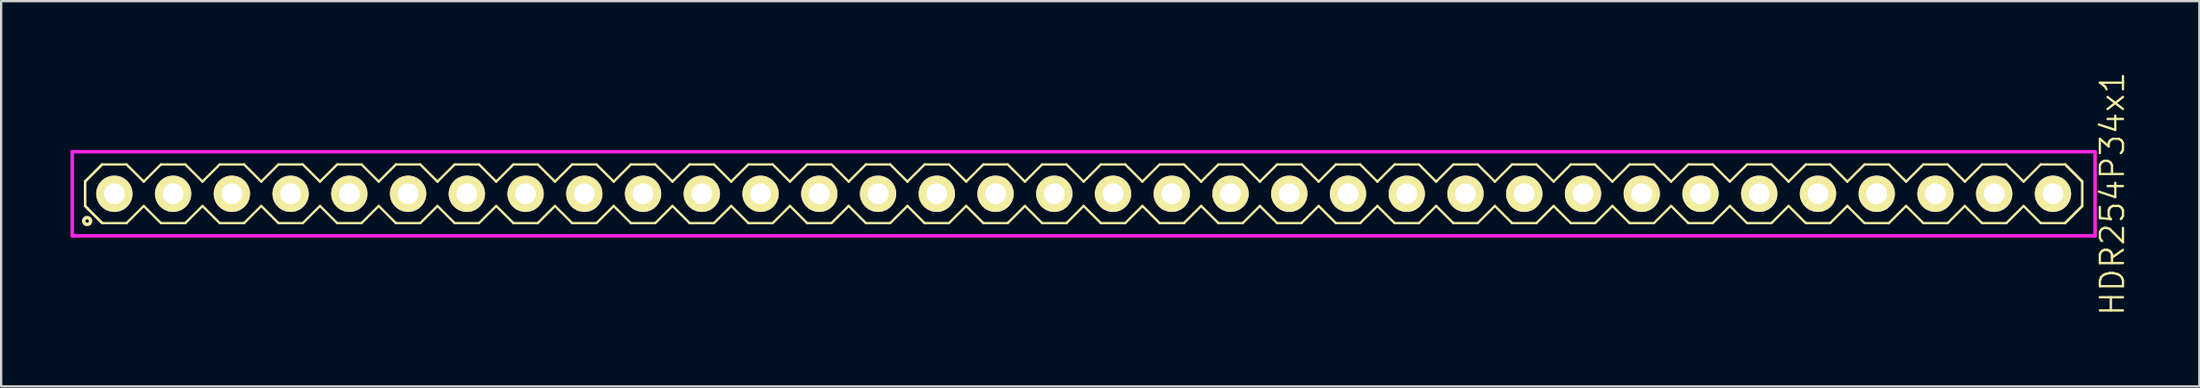
<source format=kicad_pcb>
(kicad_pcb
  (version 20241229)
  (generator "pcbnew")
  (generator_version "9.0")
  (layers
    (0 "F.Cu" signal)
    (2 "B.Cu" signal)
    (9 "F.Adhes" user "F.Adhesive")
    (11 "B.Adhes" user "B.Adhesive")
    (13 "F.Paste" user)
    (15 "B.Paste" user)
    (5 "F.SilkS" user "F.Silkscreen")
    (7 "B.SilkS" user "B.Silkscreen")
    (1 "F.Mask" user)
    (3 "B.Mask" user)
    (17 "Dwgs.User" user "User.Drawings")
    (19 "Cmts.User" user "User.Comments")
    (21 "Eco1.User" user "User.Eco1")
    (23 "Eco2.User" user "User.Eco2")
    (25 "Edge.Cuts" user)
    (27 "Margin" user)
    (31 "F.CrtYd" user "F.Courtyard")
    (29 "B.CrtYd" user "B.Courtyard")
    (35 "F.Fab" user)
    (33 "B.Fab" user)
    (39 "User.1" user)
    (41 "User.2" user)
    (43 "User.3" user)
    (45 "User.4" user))
  (footprint "HDR254P34x1"
    (layer "F.Cu")
    (at 43.805 5.336)
    (property "Reference" "HDR254P34x1" (at 44.48 0 90) (layer "F.SilkS") (effects (font (size 1 1) (thickness 0.1))))
    (attr through_hole)
    (fp_line (start -43.18 -0.526) (end -42.436 -1.27) (stroke (width 0.1) (type solid)) (layer "F.SilkS"))
    (fp_line (start -43.18 -0.526) (end -42.436 -1.27) (stroke (width 0.1) (type solid)) (layer "F.SilkS"))
    (fp_line (start -43.18 0.526) (end -43.18 -0.526) (stroke (width 0.1) (type solid)) (layer "F.SilkS"))
    (fp_line (start -43.18 0.526) (end -43.18 -0.526) (stroke (width 0.1) (type solid)) (layer "F.SilkS"))
    (fp_line (start -42.436 -1.27) (end -41.384 -1.27) (stroke (width 0.1) (type solid)) (layer "F.SilkS"))
    (fp_line (start -42.436 1.27) (end -43.18 0.526) (stroke (width 0.1) (type solid)) (layer "F.SilkS"))
    (fp_line (start -42.436 1.27) (end -43.18 0.526) (stroke (width 0.1) (type solid)) (layer "F.SilkS"))
    (fp_line (start -41.384 -1.27) (end -40.64 -0.526) (stroke (width 0.1) (type solid)) (layer "F.SilkS"))
    (fp_line (start -41.384 1.27) (end -42.436 1.27) (stroke (width 0.1) (type solid)) (layer "F.SilkS"))
    (fp_line (start -40.64 -0.526) (end -39.896 -1.27) (stroke (width 0.1) (type solid)) (layer "F.SilkS"))
    (fp_line (start -40.64 0.526) (end -41.384 1.27) (stroke (width 0.1) (type solid)) (layer "F.SilkS"))
    (fp_line (start -39.896 -1.27) (end -38.844 -1.27) (stroke (width 0.1) (type solid)) (layer "F.SilkS"))
    (fp_line (start -39.896 1.27) (end -40.64 0.526) (stroke (width 0.1) (type solid)) (layer "F.SilkS"))
    (fp_line (start -38.844 -1.27) (end -38.1 -0.526) (stroke (width 0.1) (type solid)) (layer "F.SilkS"))
    (fp_line (start -38.844 1.27) (end -39.896 1.27) (stroke (width 0.1) (type solid)) (layer "F.SilkS"))
    (fp_line (start -38.1 -0.526) (end -37.356 -1.27) (stroke (width 0.1) (type solid)) (layer "F.SilkS"))
    (fp_line (start -38.1 0.526) (end -38.844 1.27) (stroke (width 0.1) (type solid)) (layer "F.SilkS"))
    (fp_line (start -37.356 -1.27) (end -36.304 -1.27) (stroke (width 0.1) (type solid)) (layer "F.SilkS"))
    (fp_line (start -37.356 1.27) (end -38.1 0.526) (stroke (width 0.1) (type solid)) (layer "F.SilkS"))
    (fp_line (start -36.304 -1.27) (end -35.56 -0.526) (stroke (width 0.1) (type solid)) (layer "F.SilkS"))
    (fp_line (start -36.304 1.27) (end -37.356 1.27) (stroke (width 0.1) (type solid)) (layer "F.SilkS"))
    (fp_line (start -35.56 -0.526) (end -34.816 -1.27) (stroke (width 0.1) (type solid)) (layer "F.SilkS"))
    (fp_line (start -35.56 0.526) (end -36.304 1.27) (stroke (width 0.1) (type solid)) (layer "F.SilkS"))
    (fp_line (start -34.816 -1.27) (end -33.764 -1.27) (stroke (width 0.1) (type solid)) (layer "F.SilkS"))
    (fp_line (start -34.816 1.27) (end -35.56 0.526) (stroke (width 0.1) (type solid)) (layer "F.SilkS"))
    (fp_line (start -33.764 -1.27) (end -33.02 -0.526) (stroke (width 0.1) (type solid)) (layer "F.SilkS"))
    (fp_line (start -33.764 1.27) (end -34.816 1.27) (stroke (width 0.1) (type solid)) (layer "F.SilkS"))
    (fp_line (start -33.02 -0.526) (end -32.276 -1.27) (stroke (width 0.1) (type solid)) (layer "F.SilkS"))
    (fp_line (start -33.02 0.526) (end -33.764 1.27) (stroke (width 0.1) (type solid)) (layer "F.SilkS"))
    (fp_line (start -32.276 -1.27) (end -31.224 -1.27) (stroke (width 0.1) (type solid)) (layer "F.SilkS"))
    (fp_line (start -32.276 1.27) (end -33.02 0.526) (stroke (width 0.1) (type solid)) (layer "F.SilkS"))
    (fp_line (start -31.224 -1.27) (end -30.48 -0.526) (stroke (width 0.1) (type solid)) (layer "F.SilkS"))
    (fp_line (start -31.224 1.27) (end -32.276 1.27) (stroke (width 0.1) (type solid)) (layer "F.SilkS"))
    (fp_line (start -30.48 -0.526) (end -29.736 -1.27) (stroke (width 0.1) (type solid)) (layer "F.SilkS"))
    (fp_line (start -30.48 0.526) (end -31.224 1.27) (stroke (width 0.1) (type solid)) (layer "F.SilkS"))
    (fp_line (start -29.736 -1.27) (end -28.684 -1.27) (stroke (width 0.1) (type solid)) (layer "F.SilkS"))
    (fp_line (start -29.736 1.27) (end -30.48 0.526) (stroke (width 0.1) (type solid)) (layer "F.SilkS"))
    (fp_line (start -28.684 -1.27) (end -27.94 -0.526) (stroke (width 0.1) (type solid)) (layer "F.SilkS"))
    (fp_line (start -28.684 1.27) (end -29.736 1.27) (stroke (width 0.1) (type solid)) (layer "F.SilkS"))
    (fp_line (start -27.94 -0.526) (end -27.196 -1.27) (stroke (width 0.1) (type solid)) (layer "F.SilkS"))
    (fp_line (start -27.94 0.526) (end -28.684 1.27) (stroke (width 0.1) (type solid)) (layer "F.SilkS"))
    (fp_line (start -27.196 -1.27) (end -26.144 -1.27) (stroke (width 0.1) (type solid)) (layer "F.SilkS"))
    (fp_line (start -27.196 1.27) (end -27.94 0.526) (stroke (width 0.1) (type solid)) (layer "F.SilkS"))
    (fp_line (start -26.144 -1.27) (end -25.4 -0.526) (stroke (width 0.1) (type solid)) (layer "F.SilkS"))
    (fp_line (start -26.144 1.27) (end -27.196 1.27) (stroke (width 0.1) (type solid)) (layer "F.SilkS"))
    (fp_line (start -25.4 -0.526) (end -24.656 -1.27) (stroke (width 0.1) (type solid)) (layer "F.SilkS"))
    (fp_line (start -25.4 0.526) (end -26.144 1.27) (stroke (width 0.1) (type solid)) (layer "F.SilkS"))
    (fp_line (start -24.656 -1.27) (end -23.604 -1.27) (stroke (width 0.1) (type solid)) (layer "F.SilkS"))
    (fp_line (start -24.656 1.27) (end -25.4 0.526) (stroke (width 0.1) (type solid)) (layer "F.SilkS"))
    (fp_line (start -23.604 -1.27) (end -22.86 -0.526) (stroke (width 0.1) (type solid)) (layer "F.SilkS"))
    (fp_line (start -23.604 1.27) (end -24.656 1.27) (stroke (width 0.1) (type solid)) (layer "F.SilkS"))
    (fp_line (start -22.86 -0.526) (end -22.116 -1.27) (stroke (width 0.1) (type solid)) (layer "F.SilkS"))
    (fp_line (start -22.86 0.526) (end -23.604 1.27) (stroke (width 0.1) (type solid)) (layer "F.SilkS"))
    (fp_line (start -22.116 -1.27) (end -21.064 -1.27) (stroke (width 0.1) (type solid)) (layer "F.SilkS"))
    (fp_line (start -22.116 1.27) (end -22.86 0.526) (stroke (width 0.1) (type solid)) (layer "F.SilkS"))
    (fp_line (start -21.064 -1.27) (end -20.32 -0.526) (stroke (width 0.1) (type solid)) (layer "F.SilkS"))
    (fp_line (start -21.064 1.27) (end -22.116 1.27) (stroke (width 0.1) (type solid)) (layer "F.SilkS"))
    (fp_line (start -20.32 -0.526) (end -19.576 -1.27) (stroke (width 0.1) (type solid)) (layer "F.SilkS"))
    (fp_line (start -20.32 0.526) (end -21.064 1.27) (stroke (width 0.1) (type solid)) (layer "F.SilkS"))
    (fp_line (start -19.576 -1.27) (end -18.524 -1.27) (stroke (width 0.1) (type solid)) (layer "F.SilkS"))
    (fp_line (start -19.576 1.27) (end -20.32 0.526) (stroke (width 0.1) (type solid)) (layer "F.SilkS"))
    (fp_line (start -18.524 -1.27) (end -17.78 -0.526) (stroke (width 0.1) (type solid)) (layer "F.SilkS"))
    (fp_line (start -18.524 1.27) (end -19.576 1.27) (stroke (width 0.1) (type solid)) (layer "F.SilkS"))
    (fp_line (start -17.78 -0.526) (end -17.036 -1.27) (stroke (width 0.1) (type solid)) (layer "F.SilkS"))
    (fp_line (start -17.78 0.526) (end -18.524 1.27) (stroke (width 0.1) (type solid)) (layer "F.SilkS"))
    (fp_line (start -17.036 -1.27) (end -15.984 -1.27) (stroke (width 0.1) (type solid)) (layer "F.SilkS"))
    (fp_line (start -17.036 1.27) (end -17.78 0.526) (stroke (width 0.1) (type solid)) (layer "F.SilkS"))
    (fp_line (start -15.984 -1.27) (end -15.24 -0.526) (stroke (width 0.1) (type solid)) (layer "F.SilkS"))
    (fp_line (start -15.984 1.27) (end -17.036 1.27) (stroke (width 0.1) (type solid)) (layer "F.SilkS"))
    (fp_line (start -15.24 -0.526) (end -14.496 -1.27) (stroke (width 0.1) (type solid)) (layer "F.SilkS"))
    (fp_line (start -15.24 0.526) (end -15.984 1.27) (stroke (width 0.1) (type solid)) (layer "F.SilkS"))
    (fp_line (start -14.496 -1.27) (end -13.444 -1.27) (stroke (width 0.1) (type solid)) (layer "F.SilkS"))
    (fp_line (start -14.496 1.27) (end -15.24 0.526) (stroke (width 0.1) (type solid)) (layer "F.SilkS"))
    (fp_line (start -13.444 -1.27) (end -12.7 -0.526) (stroke (width 0.1) (type solid)) (layer "F.SilkS"))
    (fp_line (start -13.444 1.27) (end -14.496 1.27) (stroke (width 0.1) (type solid)) (layer "F.SilkS"))
    (fp_line (start -12.7 -0.526) (end -11.956 -1.27) (stroke (width 0.1) (type solid)) (layer "F.SilkS"))
    (fp_line (start -12.7 0.526) (end -13.444 1.27) (stroke (width 0.1) (type solid)) (layer "F.SilkS"))
    (fp_line (start -11.956 -1.27) (end -10.904 -1.27) (stroke (width 0.1) (type solid)) (layer "F.SilkS"))
    (fp_line (start -11.956 1.27) (end -12.7 0.526) (stroke (width 0.1) (type solid)) (layer "F.SilkS"))
    (fp_line (start -10.904 -1.27) (end -10.16 -0.526) (stroke (width 0.1) (type solid)) (layer "F.SilkS"))
    (fp_line (start -10.904 1.27) (end -11.956 1.27) (stroke (width 0.1) (type solid)) (layer "F.SilkS"))
    (fp_line (start -10.16 -0.526) (end -9.416 -1.27) (stroke (width 0.1) (type solid)) (layer "F.SilkS"))
    (fp_line (start -10.16 0.526) (end -10.904 1.27) (stroke (width 0.1) (type solid)) (layer "F.SilkS"))
    (fp_line (start -9.416 -1.27) (end -8.364 -1.27) (stroke (width 0.1) (type solid)) (layer "F.SilkS"))
    (fp_line (start -9.416 1.27) (end -10.16 0.526) (stroke (width 0.1) (type solid)) (layer "F.SilkS"))
    (fp_line (start -8.364 -1.27) (end -7.62 -0.526) (stroke (width 0.1) (type solid)) (layer "F.SilkS"))
    (fp_line (start -8.364 1.27) (end -9.416 1.27) (stroke (width 0.1) (type solid)) (layer "F.SilkS"))
    (fp_line (start -7.62 -0.526) (end -6.876 -1.27) (stroke (width 0.1) (type solid)) (layer "F.SilkS"))
    (fp_line (start -7.62 0.526) (end -8.364 1.27) (stroke (width 0.1) (type solid)) (layer "F.SilkS"))
    (fp_line (start -6.876 -1.27) (end -5.824 -1.27) (stroke (width 0.1) (type solid)) (layer "F.SilkS"))
    (fp_line (start -6.876 1.27) (end -7.62 0.526) (stroke (width 0.1) (type solid)) (layer "F.SilkS"))
    (fp_line (start -5.824 -1.27) (end -5.08 -0.526) (stroke (width 0.1) (type solid)) (layer "F.SilkS"))
    (fp_line (start -5.824 1.27) (end -6.876 1.27) (stroke (width 0.1) (type solid)) (layer "F.SilkS"))
    (fp_line (start -5.08 -0.526) (end -4.336 -1.27) (stroke (width 0.1) (type solid)) (layer "F.SilkS"))
    (fp_line (start -5.08 0.526) (end -5.824 1.27) (stroke (width 0.1) (type solid)) (layer "F.SilkS"))
    (fp_line (start -4.336 -1.27) (end -3.284 -1.27) (stroke (width 0.1) (type solid)) (layer "F.SilkS"))
    (fp_line (start -4.336 1.27) (end -5.08 0.526) (stroke (width 0.1) (type solid)) (layer "F.SilkS"))
    (fp_line (start -3.284 -1.27) (end -2.54 -0.526) (stroke (width 0.1) (type solid)) (layer "F.SilkS"))
    (fp_line (start -3.284 1.27) (end -4.336 1.27) (stroke (width 0.1) (type solid)) (layer "F.SilkS"))
    (fp_line (start -2.54 -0.526) (end -1.796 -1.27) (stroke (width 0.1) (type solid)) (layer "F.SilkS"))
    (fp_line (start -2.54 0.526) (end -3.284 1.27) (stroke (width 0.1) (type solid)) (layer "F.SilkS"))
    (fp_line (start -1.796 -1.27) (end -0.744 -1.27) (stroke (width 0.1) (type solid)) (layer "F.SilkS"))
    (fp_line (start -1.796 1.27) (end -2.54 0.526) (stroke (width 0.1) (type solid)) (layer "F.SilkS"))
    (fp_line (start -0.744 -1.27) (end 0 -0.526) (stroke (width 0.1) (type solid)) (layer "F.SilkS"))
    (fp_line (start -0.744 1.27) (end -1.796 1.27) (stroke (width 0.1) (type solid)) (layer "F.SilkS"))
    (fp_line (start 0 -0.526) (end 0.744 -1.27) (stroke (width 0.1) (type solid)) (layer "F.SilkS"))
    (fp_line (start 0 0.526) (end -0.744 1.27) (stroke (width 0.1) (type solid)) (layer "F.SilkS"))
    (fp_line (start 0.744 -1.27) (end 1.796 -1.27) (stroke (width 0.1) (type solid)) (layer "F.SilkS"))
    (fp_line (start 0.744 1.27) (end 0 0.526) (stroke (width 0.1) (type solid)) (layer "F.SilkS"))
    (fp_line (start 1.796 -1.27) (end 2.54 -0.526) (stroke (width 0.1) (type solid)) (layer "F.SilkS"))
    (fp_line (start 1.796 1.27) (end 0.744 1.27) (stroke (width 0.1) (type solid)) (layer "F.SilkS"))
    (fp_line (start 2.54 -0.526) (end 3.284 -1.27) (stroke (width 0.1) (type solid)) (layer "F.SilkS"))
    (fp_line (start 2.54 0.526) (end 1.796 1.27) (stroke (width 0.1) (type solid)) (layer "F.SilkS"))
    (fp_line (start 3.284 -1.27) (end 4.336 -1.27) (stroke (width 0.1) (type solid)) (layer "F.SilkS"))
    (fp_line (start 3.284 1.27) (end 2.54 0.526) (stroke (width 0.1) (type solid)) (layer "F.SilkS"))
    (fp_line (start 4.336 -1.27) (end 5.08 -0.526) (stroke (width 0.1) (type solid)) (layer "F.SilkS"))
    (fp_line (start 4.336 1.27) (end 3.284 1.27) (stroke (width 0.1) (type solid)) (layer "F.SilkS"))
    (fp_line (start 5.08 -0.526) (end 5.824 -1.27) (stroke (width 0.1) (type solid)) (layer "F.SilkS"))
    (fp_line (start 5.08 0.526) (end 4.336 1.27) (stroke (width 0.1) (type solid)) (layer "F.SilkS"))
    (fp_line (start 5.824 -1.27) (end 6.876 -1.27) (stroke (width 0.1) (type solid)) (layer "F.SilkS"))
    (fp_line (start 5.824 1.27) (end 5.08 0.526) (stroke (width 0.1) (type solid)) (layer "F.SilkS"))
    (fp_line (start 6.876 -1.27) (end 7.62 -0.526) (stroke (width 0.1) (type solid)) (layer "F.SilkS"))
    (fp_line (start 6.876 1.27) (end 5.824 1.27) (stroke (width 0.1) (type solid)) (layer "F.SilkS"))
    (fp_line (start 7.62 -0.526) (end 8.364 -1.27) (stroke (width 0.1) (type solid)) (layer "F.SilkS"))
    (fp_line (start 7.62 0.526) (end 6.876 1.27) (stroke (width 0.1) (type solid)) (layer "F.SilkS"))
    (fp_line (start 8.364 -1.27) (end 9.416 -1.27) (stroke (width 0.1) (type solid)) (layer "F.SilkS"))
    (fp_line (start 8.364 1.27) (end 7.62 0.526) (stroke (width 0.1) (type solid)) (layer "F.SilkS"))
    (fp_line (start 9.416 -1.27) (end 10.16 -0.526) (stroke (width 0.1) (type solid)) (layer "F.SilkS"))
    (fp_line (start 9.416 1.27) (end 8.364 1.27) (stroke (width 0.1) (type solid)) (layer "F.SilkS"))
    (fp_line (start 10.16 -0.526) (end 10.904 -1.27) (stroke (width 0.1) (type solid)) (layer "F.SilkS"))
    (fp_line (start 10.16 0.526) (end 9.416 1.27) (stroke (width 0.1) (type solid)) (layer "F.SilkS"))
    (fp_line (start 10.904 -1.27) (end 11.956 -1.27) (stroke (width 0.1) (type solid)) (layer "F.SilkS"))
    (fp_line (start 10.904 1.27) (end 10.16 0.526) (stroke (width 0.1) (type solid)) (layer "F.SilkS"))
    (fp_line (start 11.956 -1.27) (end 12.7 -0.526) (stroke (width 0.1) (type solid)) (layer "F.SilkS"))
    (fp_line (start 11.956 1.27) (end 10.904 1.27) (stroke (width 0.1) (type solid)) (layer "F.SilkS"))
    (fp_line (start 12.7 -0.526) (end 13.444 -1.27) (stroke (width 0.1) (type solid)) (layer "F.SilkS"))
    (fp_line (start 12.7 0.526) (end 11.956 1.27) (stroke (width 0.1) (type solid)) (layer "F.SilkS"))
    (fp_line (start 13.444 -1.27) (end 14.496 -1.27) (stroke (width 0.1) (type solid)) (layer "F.SilkS"))
    (fp_line (start 13.444 1.27) (end 12.7 0.526) (stroke (width 0.1) (type solid)) (layer "F.SilkS"))
    (fp_line (start 14.496 -1.27) (end 15.24 -0.526) (stroke (width 0.1) (type solid)) (layer "F.SilkS"))
    (fp_line (start 14.496 1.27) (end 13.444 1.27) (stroke (width 0.1) (type solid)) (layer "F.SilkS"))
    (fp_line (start 15.24 -0.526) (end 15.984 -1.27) (stroke (width 0.1) (type solid)) (layer "F.SilkS"))
    (fp_line (start 15.24 0.526) (end 14.496 1.27) (stroke (width 0.1) (type solid)) (layer "F.SilkS"))
    (fp_line (start 15.984 -1.27) (end 17.036 -1.27) (stroke (width 0.1) (type solid)) (layer "F.SilkS"))
    (fp_line (start 15.984 1.27) (end 15.24 0.526) (stroke (width 0.1) (type solid)) (layer "F.SilkS"))
    (fp_line (start 17.036 -1.27) (end 17.78 -0.526) (stroke (width 0.1) (type solid)) (layer "F.SilkS"))
    (fp_line (start 17.036 1.27) (end 15.984 1.27) (stroke (width 0.1) (type solid)) (layer "F.SilkS"))
    (fp_line (start 17.78 -0.526) (end 18.524 -1.27) (stroke (width 0.1) (type solid)) (layer "F.SilkS"))
    (fp_line (start 17.78 0.526) (end 17.036 1.27) (stroke (width 0.1) (type solid)) (layer "F.SilkS"))
    (fp_line (start 18.524 -1.27) (end 19.576 -1.27) (stroke (width 0.1) (type solid)) (layer "F.SilkS"))
    (fp_line (start 18.524 1.27) (end 17.78 0.526) (stroke (width 0.1) (type solid)) (layer "F.SilkS"))
    (fp_line (start 19.576 -1.27) (end 20.32 -0.526) (stroke (width 0.1) (type solid)) (layer "F.SilkS"))
    (fp_line (start 19.576 1.27) (end 18.524 1.27) (stroke (width 0.1) (type solid)) (layer "F.SilkS"))
    (fp_line (start 20.32 -0.526) (end 21.064 -1.27) (stroke (width 0.1) (type solid)) (layer "F.SilkS"))
    (fp_line (start 20.32 0.526) (end 19.576 1.27) (stroke (width 0.1) (type solid)) (layer "F.SilkS"))
    (fp_line (start 21.064 -1.27) (end 22.116 -1.27) (stroke (width 0.1) (type solid)) (layer "F.SilkS"))
    (fp_line (start 21.064 1.27) (end 20.32 0.526) (stroke (width 0.1) (type solid)) (layer "F.SilkS"))
    (fp_line (start 22.116 -1.27) (end 22.86 -0.526) (stroke (width 0.1) (type solid)) (layer "F.SilkS"))
    (fp_line (start 22.116 1.27) (end 21.064 1.27) (stroke (width 0.1) (type solid)) (layer "F.SilkS"))
    (fp_line (start 22.86 -0.526) (end 23.604 -1.27) (stroke (width 0.1) (type solid)) (layer "F.SilkS"))
    (fp_line (start 22.86 0.526) (end 22.116 1.27) (stroke (width 0.1) (type solid)) (layer "F.SilkS"))
    (fp_line (start 23.604 -1.27) (end 24.656 -1.27) (stroke (width 0.1) (type solid)) (layer "F.SilkS"))
    (fp_line (start 23.604 1.27) (end 22.86 0.526) (stroke (width 0.1) (type solid)) (layer "F.SilkS"))
    (fp_line (start 24.656 -1.27) (end 25.4 -0.526) (stroke (width 0.1) (type solid)) (layer "F.SilkS"))
    (fp_line (start 24.656 1.27) (end 23.604 1.27) (stroke (width 0.1) (type solid)) (layer "F.SilkS"))
    (fp_line (start 25.4 -0.526) (end 26.144 -1.27) (stroke (width 0.1) (type solid)) (layer "F.SilkS"))
    (fp_line (start 25.4 0.526) (end 24.656 1.27) (stroke (width 0.1) (type solid)) (layer "F.SilkS"))
    (fp_line (start 26.144 -1.27) (end 27.196 -1.27) (stroke (width 0.1) (type solid)) (layer "F.SilkS"))
    (fp_line (start 26.144 1.27) (end 25.4 0.526) (stroke (width 0.1) (type solid)) (layer "F.SilkS"))
    (fp_line (start 27.196 -1.27) (end 27.94 -0.526) (stroke (width 0.1) (type solid)) (layer "F.SilkS"))
    (fp_line (start 27.196 1.27) (end 26.144 1.27) (stroke (width 0.1) (type solid)) (layer "F.SilkS"))
    (fp_line (start 27.94 -0.526) (end 28.684 -1.27) (stroke (width 0.1) (type solid)) (layer "F.SilkS"))
    (fp_line (start 27.94 0.526) (end 27.196 1.27) (stroke (width 0.1) (type solid)) (layer "F.SilkS"))
    (fp_line (start 28.684 -1.27) (end 29.736 -1.27) (stroke (width 0.1) (type solid)) (layer "F.SilkS"))
    (fp_line (start 28.684 1.27) (end 27.94 0.526) (stroke (width 0.1) (type solid)) (layer "F.SilkS"))
    (fp_line (start 29.736 -1.27) (end 30.48 -0.526) (stroke (width 0.1) (type solid)) (layer "F.SilkS"))
    (fp_line (start 29.736 1.27) (end 28.684 1.27) (stroke (width 0.1) (type solid)) (layer "F.SilkS"))
    (fp_line (start 30.48 -0.526) (end 31.224 -1.27) (stroke (width 0.1) (type solid)) (layer "F.SilkS"))
    (fp_line (start 30.48 0.526) (end 29.736 1.27) (stroke (width 0.1) (type solid)) (layer "F.SilkS"))
    (fp_line (start 31.224 -1.27) (end 32.276 -1.27) (stroke (width 0.1) (type solid)) (layer "F.SilkS"))
    (fp_line (start 31.224 1.27) (end 30.48 0.526) (stroke (width 0.1) (type solid)) (layer "F.SilkS"))
    (fp_line (start 32.276 -1.27) (end 33.02 -0.526) (stroke (width 0.1) (type solid)) (layer "F.SilkS"))
    (fp_line (start 32.276 1.27) (end 31.224 1.27) (stroke (width 0.1) (type solid)) (layer "F.SilkS"))
    (fp_line (start 33.02 -0.526) (end 33.764 -1.27) (stroke (width 0.1) (type solid)) (layer "F.SilkS"))
    (fp_line (start 33.02 0.526) (end 32.276 1.27) (stroke (width 0.1) (type solid)) (layer "F.SilkS"))
    (fp_line (start 33.764 -1.27) (end 34.816 -1.27) (stroke (width 0.1) (type solid)) (layer "F.SilkS"))
    (fp_line (start 33.764 1.27) (end 33.02 0.526) (stroke (width 0.1) (type solid)) (layer "F.SilkS"))
    (fp_line (start 34.816 -1.27) (end 35.56 -0.526) (stroke (width 0.1) (type solid)) (layer "F.SilkS"))
    (fp_line (start 34.816 1.27) (end 33.764 1.27) (stroke (width 0.1) (type solid)) (layer "F.SilkS"))
    (fp_line (start 35.56 -0.526) (end 36.304 -1.27) (stroke (width 0.1) (type solid)) (layer "F.SilkS"))
    (fp_line (start 35.56 0.526) (end 34.816 1.27) (stroke (width 0.1) (type solid)) (layer "F.SilkS"))
    (fp_line (start 36.304 -1.27) (end 37.356 -1.27) (stroke (width 0.1) (type solid)) (layer "F.SilkS"))
    (fp_line (start 36.304 1.27) (end 35.56 0.526) (stroke (width 0.1) (type solid)) (layer "F.SilkS"))
    (fp_line (start 37.356 -1.27) (end 38.1 -0.526) (stroke (width 0.1) (type solid)) (layer "F.SilkS"))
    (fp_line (start 37.356 1.27) (end 36.304 1.27) (stroke (width 0.1) (type solid)) (layer "F.SilkS"))
    (fp_line (start 38.1 -0.526) (end 38.844 -1.27) (stroke (width 0.1) (type solid)) (layer "F.SilkS"))
    (fp_line (start 38.1 0.526) (end 37.356 1.27) (stroke (width 0.1) (type solid)) (layer "F.SilkS"))
    (fp_line (start 38.844 -1.27) (end 39.896 -1.27) (stroke (width 0.1) (type solid)) (layer "F.SilkS"))
    (fp_line (start 38.844 1.27) (end 38.1 0.526) (stroke (width 0.1) (type solid)) (layer "F.SilkS"))
    (fp_line (start 39.896 -1.27) (end 40.64 -0.526) (stroke (width 0.1) (type solid)) (layer "F.SilkS"))
    (fp_line (start 39.896 1.27) (end 38.844 1.27) (stroke (width 0.1) (type solid)) (layer "F.SilkS"))
    (fp_line (start 40.64 -0.526) (end 41.384 -1.27) (stroke (width 0.1) (type solid)) (layer "F.SilkS"))
    (fp_line (start 40.64 0.526) (end 39.896 1.27) (stroke (width 0.1) (type solid)) (layer "F.SilkS"))
    (fp_line (start 41.384 -1.27) (end 42.436 -1.27) (stroke (width 0.1) (type solid)) (layer "F.SilkS"))
    (fp_line (start 41.384 1.27) (end 40.64 0.526) (stroke (width 0.1) (type solid)) (layer "F.SilkS"))
    (fp_line (start 42.436 -1.27) (end 43.18 -0.526) (stroke (width 0.1) (type solid)) (layer "F.SilkS"))
    (fp_line (start 42.436 -1.27) (end 43.18 -0.526) (stroke (width 0.1) (type solid)) (layer "F.SilkS"))
    (fp_line (start 42.436 1.27) (end 41.384 1.27) (stroke (width 0.1) (type solid)) (layer "F.SilkS"))
    (fp_line (start 43.18 -0.526) (end 43.18 0.526) (stroke (width 0.1) (type solid)) (layer "F.SilkS"))
    (fp_line (start 43.18 -0.526) (end 43.18 0.526) (stroke (width 0.1) (type solid)) (layer "F.SilkS"))
    (fp_line (start 43.18 0.526) (end 42.436 1.27) (stroke (width 0.1) (type solid)) (layer "F.SilkS"))
    (fp_line (start 43.18 0.526) (end 42.436 1.27) (stroke (width 0.1) (type solid)) (layer "F.SilkS"))
    (fp_circle (center -43.088 1.178) (end -42.938 1.178) (stroke (width 0.15) (type solid)) (fill no) (layer "F.SilkS"))
    (fp_line (start -43.73 -1.82) (end -43.73 1.82) (stroke (width 0.15) (type solid)) (layer "F.CrtYd"))
    (fp_line (start -43.73 1.82) (end 43.73 1.82) (stroke (width 0.15) (type solid)) (layer "F.CrtYd"))
    (fp_line (start 43.73 -1.82) (end -43.73 -1.82) (stroke (width 0.15) (type solid)) (layer "F.CrtYd"))
    (fp_line (start 43.73 1.82) (end 43.73 -1.82) (stroke (width 0.15) (type solid)) (layer "F.CrtYd"))
    (pad "1" thru_hole oval (at -41.91 0) (size 1.57 1.57) (drill 0.9) (layers "*.Cu" "*.Mask" "F.SilkS"))
    (pad "2" thru_hole oval (at -39.37 0) (size 1.57 1.57) (drill 0.9) (layers "*.Cu" "*.Mask" "F.SilkS"))
    (pad "3" thru_hole oval (at -36.83 0) (size 1.57 1.57) (drill 0.9) (layers "*.Cu" "*.Mask" "F.SilkS"))
    (pad "4" thru_hole oval (at -34.29 0) (size 1.57 1.57) (drill 0.9) (layers "*.Cu" "*.Mask" "F.SilkS"))
    (pad "5" thru_hole oval (at -31.75 0) (size 1.57 1.57) (drill 0.9) (layers "*.Cu" "*.Mask" "F.SilkS"))
    (pad "6" thru_hole oval (at -29.21 0) (size 1.57 1.57) (drill 0.9) (layers "*.Cu" "*.Mask" "F.SilkS"))
    (pad "7" thru_hole oval (at -26.67 0) (size 1.57 1.57) (drill 0.9) (layers "*.Cu" "*.Mask" "F.SilkS"))
    (pad "8" thru_hole oval (at -24.13 0) (size 1.57 1.57) (drill 0.9) (layers "*.Cu" "*.Mask" "F.SilkS"))
    (pad "9" thru_hole oval (at -21.59 0) (size 1.57 1.57) (drill 0.9) (layers "*.Cu" "*.Mask" "F.SilkS"))
    (pad "10" thru_hole oval (at -19.05 0) (size 1.57 1.57) (drill 0.9) (layers "*.Cu" "*.Mask" "F.SilkS"))
    (pad "11" thru_hole oval (at -16.51 0) (size 1.57 1.57) (drill 0.9) (layers "*.Cu" "*.Mask" "F.SilkS"))
    (pad "12" thru_hole oval (at -13.97 0) (size 1.57 1.57) (drill 0.9) (layers "*.Cu" "*.Mask" "F.SilkS"))
    (pad "13" thru_hole oval (at -11.43 0) (size 1.57 1.57) (drill 0.9) (layers "*.Cu" "*.Mask" "F.SilkS"))
    (pad "14" thru_hole oval (at -8.89 0) (size 1.57 1.57) (drill 0.9) (layers "*.Cu" "*.Mask" "F.SilkS"))
    (pad "15" thru_hole oval (at -6.35 0) (size 1.57 1.57) (drill 0.9) (layers "*.Cu" "*.Mask" "F.SilkS"))
    (pad "16" thru_hole oval (at -3.81 0) (size 1.57 1.57) (drill 0.9) (layers "*.Cu" "*.Mask" "F.SilkS"))
    (pad "17" thru_hole oval (at -1.27 0) (size 1.57 1.57) (drill 0.9) (layers "*.Cu" "*.Mask" "F.SilkS"))
    (pad "18" thru_hole oval (at 1.27 0) (size 1.57 1.57) (drill 0.9) (layers "*.Cu" "*.Mask" "F.SilkS"))
    (pad "19" thru_hole oval (at 3.81 0) (size 1.57 1.57) (drill 0.9) (layers "*.Cu" "*.Mask" "F.SilkS"))
    (pad "20" thru_hole oval (at 6.35 0) (size 1.57 1.57) (drill 0.9) (layers "*.Cu" "*.Mask" "F.SilkS"))
    (pad "21" thru_hole oval (at 8.89 0) (size 1.57 1.57) (drill 0.9) (layers "*.Cu" "*.Mask" "F.SilkS"))
    (pad "22" thru_hole oval (at 11.43 0) (size 1.57 1.57) (drill 0.9) (layers "*.Cu" "*.Mask" "F.SilkS"))
    (pad "23" thru_hole oval (at 13.97 0) (size 1.57 1.57) (drill 0.9) (layers "*.Cu" "*.Mask" "F.SilkS"))
    (pad "24" thru_hole oval (at 16.51 0) (size 1.57 1.57) (drill 0.9) (layers "*.Cu" "*.Mask" "F.SilkS"))
    (pad "25" thru_hole oval (at 19.05 0) (size 1.57 1.57) (drill 0.9) (layers "*.Cu" "*.Mask" "F.SilkS"))
    (pad "26" thru_hole oval (at 21.59 0) (size 1.57 1.57) (drill 0.9) (layers "*.Cu" "*.Mask" "F.SilkS"))
    (pad "27" thru_hole oval (at 24.13 0) (size 1.57 1.57) (drill 0.9) (layers "*.Cu" "*.Mask" "F.SilkS"))
    (pad "28" thru_hole oval (at 26.67 0) (size 1.57 1.57) (drill 0.9) (layers "*.Cu" "*.Mask" "F.SilkS"))
    (pad "29" thru_hole oval (at 29.21 0) (size 1.57 1.57) (drill 0.9) (layers "*.Cu" "*.Mask" "F.SilkS"))
    (pad "30" thru_hole oval (at 31.75 0) (size 1.57 1.57) (drill 0.9) (layers "*.Cu" "*.Mask" "F.SilkS"))
    (pad "31" thru_hole oval (at 34.29 0) (size 1.57 1.57) (drill 0.9) (layers "*.Cu" "*.Mask" "F.SilkS"))
    (pad "32" thru_hole oval (at 36.83 0) (size 1.57 1.57) (drill 0.9) (layers "*.Cu" "*.Mask" "F.SilkS"))
    (pad "33" thru_hole oval (at 39.37 0) (size 1.57 1.57) (drill 0.9) (layers "*.Cu" "*.Mask" "F.SilkS"))
    (pad "34" thru_hole oval (at 41.91 0) (size 1.57 1.57) (drill 0.9) (layers "*.Cu" "*.Mask" "F.SilkS")))
  (gr_rect
    (start -3 -3)
    (end 92.046 13.671)
    (stroke (width 0.1) (type default))
    (fill no)
    (layer "Edge.Cuts")))
</source>
